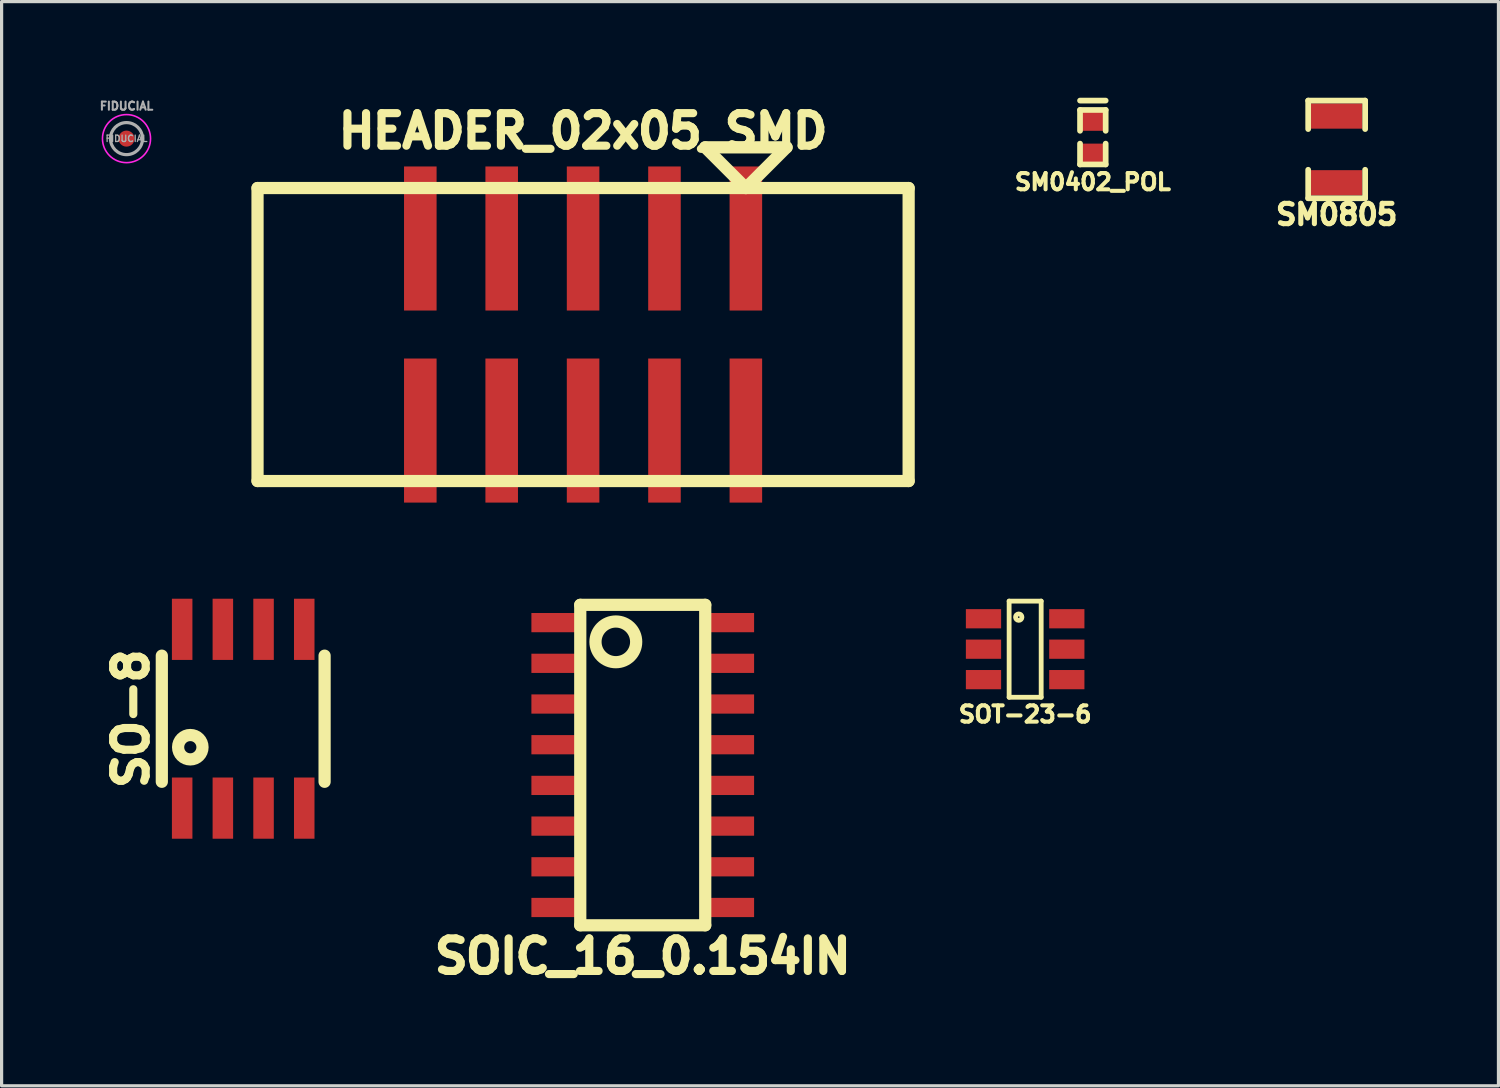
<source format=kicad_pcb>
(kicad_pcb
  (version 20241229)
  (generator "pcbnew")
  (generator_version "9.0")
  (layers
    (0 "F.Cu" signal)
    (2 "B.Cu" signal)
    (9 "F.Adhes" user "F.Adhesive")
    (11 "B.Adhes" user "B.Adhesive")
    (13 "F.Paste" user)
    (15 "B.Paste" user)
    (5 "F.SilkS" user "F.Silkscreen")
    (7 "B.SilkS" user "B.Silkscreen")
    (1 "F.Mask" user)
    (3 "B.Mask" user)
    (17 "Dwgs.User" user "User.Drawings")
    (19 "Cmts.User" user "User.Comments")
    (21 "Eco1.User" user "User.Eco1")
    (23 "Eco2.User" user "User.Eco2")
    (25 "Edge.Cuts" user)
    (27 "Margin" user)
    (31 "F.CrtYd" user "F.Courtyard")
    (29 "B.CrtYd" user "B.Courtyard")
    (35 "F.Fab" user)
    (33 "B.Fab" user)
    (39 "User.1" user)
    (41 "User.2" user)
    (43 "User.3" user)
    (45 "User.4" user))
  (footprint "SOIC_16_0.154IN"
    (layer "F.Cu")
    (at 17.009 20.826)
    (property "Reference" "SOIC_16_0.154IN" (at 0 5.969 0) (layer "F.SilkS") (effects (font (size 1.016 1.016) (thickness 0.254))))
    (attr through_hole)
    (fp_line (start -1.95 -5) (end -1.95 5) (stroke (width 0.381) (type solid)) (layer "F.SilkS"))
    (fp_line (start -1.95 5) (end 1.95 5) (stroke (width 0.381) (type solid)) (layer "F.SilkS"))
    (fp_line (start 1.95 -5) (end -1.95 -5) (stroke (width 0.381) (type solid)) (layer "F.SilkS"))
    (fp_line (start 1.95 5) (end 1.95 -5) (stroke (width 0.381) (type solid)) (layer "F.SilkS"))
    (fp_circle (center -0.84 -3.845) (end -0.84 -4.48) (stroke (width 0.381) (type solid)) (fill no) (layer "F.SilkS"))
    (pad "1" smd rect (at -2.7 -4.445) (size 1.55 0.6) (layers "F.Cu" "F.Mask" "F.Paste"))
    (pad "2" smd rect (at -2.7 -3.175) (size 1.55 0.6) (layers "F.Cu" "F.Mask" "F.Paste"))
    (pad "3" smd rect (at -2.7 -1.905) (size 1.55 0.6) (layers "F.Cu" "F.Mask" "F.Paste"))
    (pad "4" smd rect (at -2.7 -0.635) (size 1.55 0.6) (layers "F.Cu" "F.Mask" "F.Paste"))
    (pad "5" smd rect (at -2.7 0.635) (size 1.55 0.6) (layers "F.Cu" "F.Mask" "F.Paste"))
    (pad "6" smd rect (at -2.7 1.905) (size 1.55 0.6) (layers "F.Cu" "F.Mask" "F.Paste"))
    (pad "7" smd rect (at -2.7 3.175) (size 1.55 0.6) (layers "F.Cu" "F.Mask" "F.Paste"))
    (pad "8" smd rect (at -2.7 4.445) (size 1.55 0.6) (layers "F.Cu" "F.Mask" "F.Paste"))
    (pad "9" smd rect (at 2.7 4.445) (size 1.55 0.6) (layers "F.Cu" "F.Mask" "F.Paste"))
    (pad "10" smd rect (at 2.7 3.175) (size 1.55 0.6) (layers "F.Cu" "F.Mask" "F.Paste"))
    (pad "11" smd rect (at 2.7 1.905) (size 1.55 0.6) (layers "F.Cu" "F.Mask" "F.Paste"))
    (pad "12" smd rect (at 2.7 0.635) (size 1.55 0.6) (layers "F.Cu" "F.Mask" "F.Paste"))
    (pad "13" smd rect (at 2.7 -0.635) (size 1.55 0.6) (layers "F.Cu" "F.Mask" "F.Paste"))
    (pad "14" smd rect (at 2.7 -1.905) (size 1.55 0.6) (layers "F.Cu" "F.Mask" "F.Paste"))
    (pad "15" smd rect (at 2.7 -3.175) (size 1.55 0.6) (layers "F.Cu" "F.Mask" "F.Paste"))
    (pad "16" smd rect (at 2.7 -4.445) (size 1.55 0.6) (layers "F.Cu" "F.Mask" "F.Paste")))
  (footprint "FIDUCIAL"
    (layer "F.Cu")
    (at 0.898 1.276)
    (property "Reference" "FIDUCIAL" (at 0 -1.016 0) (layer "F.Fab") (effects (font (size 0.254 0.254) (thickness 0.064))))
    (attr exclude_from_pos_files exclude_from_bom)
    (fp_circle (center 0 0) (end 0.75 0) (stroke (width 0.05) (type solid)) (fill no) (layer "F.CrtYd"))
    (fp_circle (center 0 0) (end 0.5 0) (stroke (width 0.1) (type solid)) (fill no) (layer "F.Fab"))
    (fp_text user "${REFERENCE}" (at 0 0 0) (layer "F.Fab") (effects (font (size 0.2 0.2) (thickness 0.04))))
    (pad "~" smd circle (at 0 0) (size 0.5 0.5) (layers "F.Cu" "F.Mask")))
  (footprint "SO-8"
    (layer "F.Cu")
    (at 4.54 19.38)
    (property "Reference" "SO-8" (at -3.5 0 90) (layer "F.SilkS") (effects (font (size 1.016 1.016) (thickness 0.254))))
    (attr through_hole)
    (fp_line (start -2.54 -1.968) (end -2.54 1.968) (stroke (width 0.381) (type solid)) (layer "F.SilkS"))
    (fp_line (start 2.54 -1.968) (end 2.54 1.968) (stroke (width 0.381) (type solid)) (layer "F.SilkS"))
    (fp_circle (center -1.651 0.889) (end -1.651 0.508) (stroke (width 0.381) (type solid)) (fill no) (layer "F.SilkS"))
    (pad "1" smd rect (at -1.905 2.79) (size 0.64 1.91) (layers "F.Cu" "F.Mask" "F.Paste"))
    (pad "2" smd rect (at -0.635 2.79) (size 0.64 1.91) (layers "F.Cu" "F.Mask" "F.Paste"))
    (pad "3" smd rect (at 0.635 2.79) (size 0.64 1.91) (layers "F.Cu" "F.Mask" "F.Paste"))
    (pad "4" smd rect (at 1.905 2.79) (size 0.64 1.91) (layers "F.Cu" "F.Mask" "F.Paste"))
    (pad "5" smd rect (at 1.905 -2.79) (size 0.64 1.91) (layers "F.Cu" "F.Mask" "F.Paste"))
    (pad "6" smd rect (at 0.635 -2.79) (size 0.64 1.91) (layers "F.Cu" "F.Mask" "F.Paste"))
    (pad "7" smd rect (at -0.635 -2.79) (size 0.64 1.91) (layers "F.Cu" "F.Mask" "F.Paste"))
    (pad "8" smd rect (at -1.905 -2.79) (size 0.64 1.91) (layers "F.Cu" "F.Mask" "F.Paste")))
  (footprint "HEADER_02x05_SMD"
    (layer "F.Cu")
    (at 15.147 7.39)
    (property "Reference" "HEADER_02x05_SMD" (at 0 -6.35 0) (layer "F.SilkS") (effects (font (size 1.016 1.016) (thickness 0.254))))
    (attr through_hole)
    (fp_line (start -10.16 -4.572) (end -10.16 4.572) (stroke (width 0.381) (type solid)) (layer "F.SilkS"))
    (fp_line (start -10.16 -4.572) (end 10.16 -4.572) (stroke (width 0.381) (type solid)) (layer "F.SilkS"))
    (fp_line (start -10.16 4.572) (end 10.16 4.572) (stroke (width 0.381) (type solid)) (layer "F.SilkS"))
    (fp_line (start 3.81 -5.842) (end 5.08 -4.572) (stroke (width 0.381) (type solid)) (layer "F.SilkS"))
    (fp_line (start 5.08 -4.572) (end 6.35 -5.842) (stroke (width 0.381) (type solid)) (layer "F.SilkS"))
    (fp_line (start 6.35 -5.842) (end 3.81 -5.842) (stroke (width 0.381) (type solid)) (layer "F.SilkS"))
    (fp_line (start 10.16 -4.572) (end 10.16 4.572) (stroke (width 0.381) (type solid)) (layer "F.SilkS"))
    (pad "1" smd rect (at 5.08 -2.997) (size 1.016 4.496) (layers "F.Cu" "F.Mask" "F.Paste"))
    (pad "2" smd rect (at 5.08 2.997) (size 1.016 4.496) (layers "F.Cu" "F.Mask" "F.Paste"))
    (pad "3" smd rect (at 2.54 -2.997) (size 1.016 4.496) (layers "F.Cu" "F.Mask" "F.Paste"))
    (pad "4" smd rect (at 2.54 2.997) (size 1.016 4.496) (layers "F.Cu" "F.Mask" "F.Paste"))
    (pad "5" smd rect (at 0 -2.997) (size 1.016 4.496) (layers "F.Cu" "F.Mask" "F.Paste"))
    (pad "6" smd rect (at 0 2.997) (size 1.016 4.496) (layers "F.Cu" "F.Mask" "F.Paste"))
    (pad "7" smd rect (at -2.54 -2.997) (size 1.016 4.496) (layers "F.Cu" "F.Mask" "F.Paste"))
    (pad "8" smd rect (at -2.54 2.997) (size 1.016 4.496) (layers "F.Cu" "F.Mask" "F.Paste"))
    (pad "9" smd rect (at -5.08 -2.997) (size 1.016 4.496) (layers "F.Cu" "F.Mask" "F.Paste"))
    (pad "10" smd rect (at -5.08 2.997) (size 1.016 4.496) (layers "F.Cu" "F.Mask" "F.Paste")))
  (footprint "SM0402_POL"
    (layer "F.Cu")
    (at 31.056 1.232)
    (property "Reference" "SM0402_POL" (at 0 1.397 180) (layer "F.SilkS") (effects (font (size 0.508 0.508) (thickness 0.127))))
    (attr smd)
    (fp_line (start -0.4 -0.85) (end -0.4 -0.2) (stroke (width 0.178) (type solid)) (layer "F.SilkS"))
    (fp_line (start -0.4 0.85) (end -0.4 0.2) (stroke (width 0.178) (type solid)) (layer "F.SilkS"))
    (fp_line (start 0.4 -1.143) (end -0.4 -1.143) (stroke (width 0.178) (type solid)) (layer "F.SilkS"))
    (fp_line (start 0.4 -0.85) (end -0.4 -0.85) (stroke (width 0.178) (type solid)) (layer "F.SilkS"))
    (fp_line (start 0.4 -0.2) (end 0.4 -0.85) (stroke (width 0.178) (type solid)) (layer "F.SilkS"))
    (fp_line (start 0.4 0.2) (end 0.4 0.85) (stroke (width 0.178) (type solid)) (layer "F.SilkS"))
    (fp_line (start 0.4 0.85) (end -0.4 0.85) (stroke (width 0.178) (type solid)) (layer "F.SilkS"))
    (pad "1" smd rect (at 0 -0.5 270) (size 0.6 0.7) (layers "F.Cu" "F.Mask" "F.Paste"))
    (pad "2" smd rect (at 0 0.5 270) (size 0.6 0.7) (layers "F.Cu" "F.Mask" "F.Paste")))
  (footprint "SOT-23-6"
    (layer "F.Cu")
    (at 28.943 17.21)
    (property "Reference" "SOT-23-6" (at 0 2.032 0) (layer "F.SilkS") (effects (font (size 0.508 0.508) (thickness 0.127))))
    (attr through_hole)
    (fp_line (start -0.5 -1.5) (end -0.5 1.5) (stroke (width 0.15) (type solid)) (layer "F.SilkS"))
    (fp_line (start -0.5 1.5) (end 0.5 1.5) (stroke (width 0.15) (type solid)) (layer "F.SilkS"))
    (fp_line (start 0.5 -1.5) (end -0.5 -1.5) (stroke (width 0.15) (type solid)) (layer "F.SilkS"))
    (fp_line (start 0.5 1.5) (end 0.5 -1.5) (stroke (width 0.15) (type solid)) (layer "F.SilkS"))
    (fp_circle (center -0.2 -1) (end -0.2 -1.1) (stroke (width 0.15) (type solid)) (fill no) (layer "F.SilkS"))
    (pad "1" smd rect (at -1.3 -0.95) (size 1.1 0.6) (layers "F.Cu" "F.Mask" "F.Paste"))
    (pad "2" smd rect (at -1.3 0) (size 1.1 0.6) (layers "F.Cu" "F.Mask" "F.Paste"))
    (pad "3" smd rect (at -1.3 0.95) (size 1.1 0.6) (layers "F.Cu" "F.Mask" "F.Paste"))
    (pad "4" smd rect (at 1.3 0.95) (size 1.1 0.6) (layers "F.Cu" "F.Mask" "F.Paste"))
    (pad "5" smd rect (at 1.3 0) (size 1.1 0.6) (layers "F.Cu" "F.Mask" "F.Paste"))
    (pad "6" smd rect (at 1.3 -0.95) (size 1.1 0.6) (layers "F.Cu" "F.Mask" "F.Paste")))
  (footprint "SM0805"
    (layer "F.Cu")
    (at 38.665 1.613)
    (property "Reference" "SM0805" (at 0 2.032 180) (layer "F.SilkS") (effects (font (size 0.635 0.635) (thickness 0.159))))
    (attr smd)
    (fp_line (start -0.889 -1.524) (end -0.889 -0.635) (stroke (width 0.178) (type solid)) (layer "F.SilkS"))
    (fp_line (start -0.889 1.524) (end -0.889 0.635) (stroke (width 0.178) (type solid)) (layer "F.SilkS"))
    (fp_line (start 0.889 -1.524) (end -0.889 -1.524) (stroke (width 0.178) (type solid)) (layer "F.SilkS"))
    (fp_line (start 0.889 -0.635) (end 0.889 -1.524) (stroke (width 0.178) (type solid)) (layer "F.SilkS"))
    (fp_line (start 0.889 0.635) (end 0.889 1.524) (stroke (width 0.178) (type solid)) (layer "F.SilkS"))
    (fp_line (start 0.889 1.524) (end -0.889 1.524) (stroke (width 0.178) (type solid)) (layer "F.SilkS"))
    (pad "1" smd rect (at 0 -1.041 270) (size 0.787 1.6) (layers "F.Cu" "F.Mask" "F.Paste"))
    (pad "2" smd rect (at 0 1.041 270) (size 0.787 1.6) (layers "F.Cu" "F.Mask" "F.Paste")))
  (gr_rect
    (start -3 -3)
    (end 43.714 30.835)
    (stroke (width 0.1) (type default))
    (fill no)
    (layer "Edge.Cuts")))
</source>
